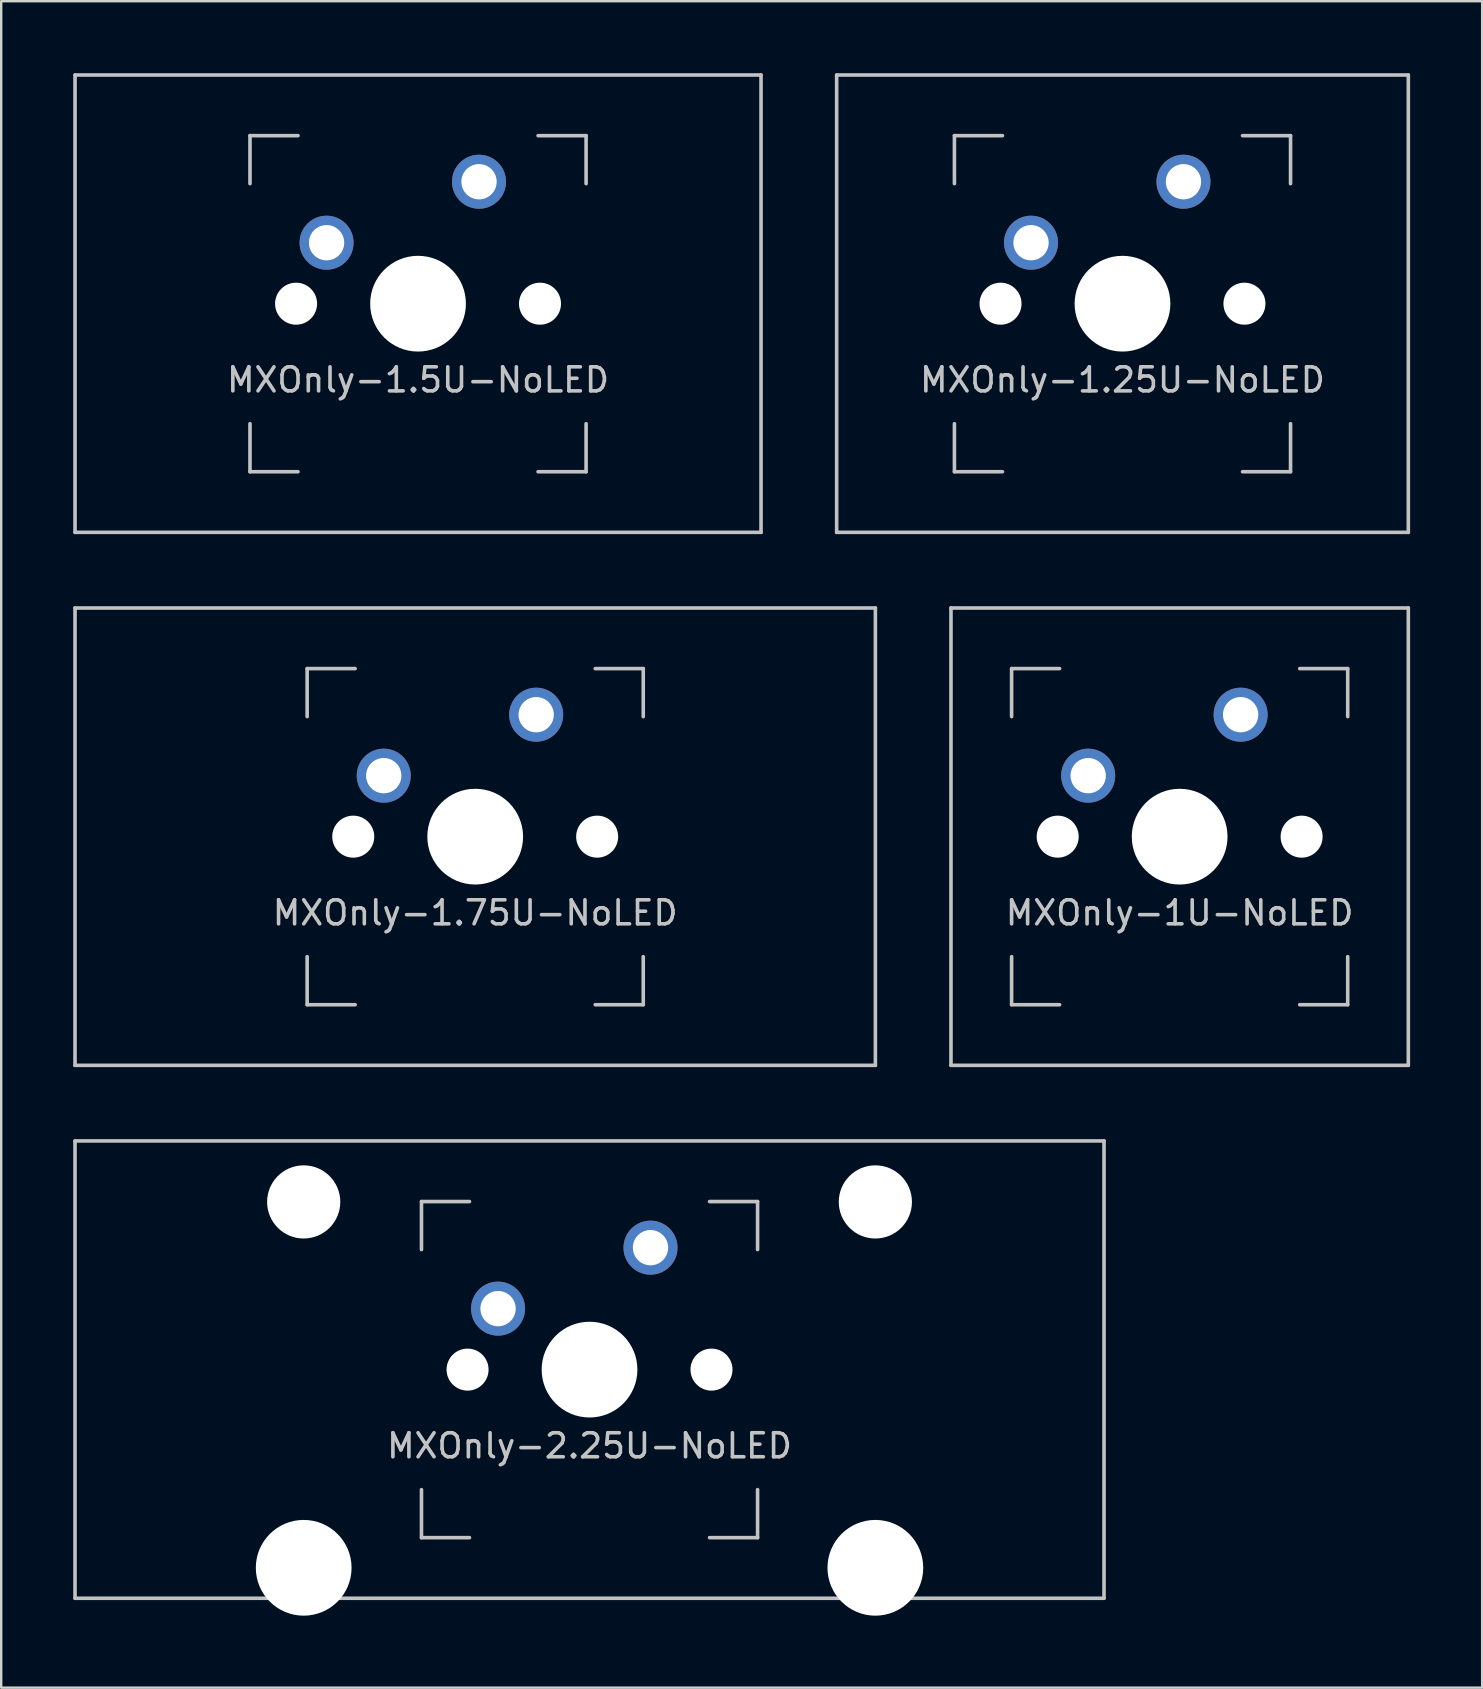
<source format=kicad_pcb>
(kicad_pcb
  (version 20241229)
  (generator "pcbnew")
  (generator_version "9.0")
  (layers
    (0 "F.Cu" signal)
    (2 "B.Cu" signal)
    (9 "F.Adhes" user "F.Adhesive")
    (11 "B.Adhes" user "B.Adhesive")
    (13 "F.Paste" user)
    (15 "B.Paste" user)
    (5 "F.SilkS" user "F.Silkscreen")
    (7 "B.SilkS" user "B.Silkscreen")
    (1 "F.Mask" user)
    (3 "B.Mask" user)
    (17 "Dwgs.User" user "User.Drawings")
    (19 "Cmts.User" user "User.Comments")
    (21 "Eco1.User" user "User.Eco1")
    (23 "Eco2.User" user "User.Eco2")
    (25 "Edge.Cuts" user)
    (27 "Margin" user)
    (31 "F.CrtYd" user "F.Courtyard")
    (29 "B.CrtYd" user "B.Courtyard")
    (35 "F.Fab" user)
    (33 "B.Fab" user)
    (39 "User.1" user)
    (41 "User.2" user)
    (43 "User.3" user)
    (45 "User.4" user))
  (footprint "MXOnly-1.75U-NoLED"
    (layer "F.Cu")
    (at 16.744 31.8)
    (property "Reference" "MXOnly-1.75U-NoLED" (at 0 3.175 0) (layer "Dwgs.User") (effects (font (size 1 1) (thickness 0.15))))
    (attr through_hole)
    (fp_line (start -16.669 -9.525) (end 16.669 -9.525) (stroke (width 0.15) (type solid)) (layer "Dwgs.User"))
    (fp_line (start -16.669 9.525) (end -16.669 -9.525) (stroke (width 0.15) (type solid)) (layer "Dwgs.User"))
    (fp_line (start -16.669 9.525) (end 16.669 9.525) (stroke (width 0.15) (type solid)) (layer "Dwgs.User"))
    (fp_line (start -7 -7) (end -7 -5) (stroke (width 0.15) (type solid)) (layer "Dwgs.User"))
    (fp_line (start -7 5) (end -7 7) (stroke (width 0.15) (type solid)) (layer "Dwgs.User"))
    (fp_line (start -7 7) (end -5 7) (stroke (width 0.15) (type solid)) (layer "Dwgs.User"))
    (fp_line (start -5 -7) (end -7 -7) (stroke (width 0.15) (type solid)) (layer "Dwgs.User"))
    (fp_line (start 5 -7) (end 7 -7) (stroke (width 0.15) (type solid)) (layer "Dwgs.User"))
    (fp_line (start 5 7) (end 7 7) (stroke (width 0.15) (type solid)) (layer "Dwgs.User"))
    (fp_line (start 7 -7) (end 7 -5) (stroke (width 0.15) (type solid)) (layer "Dwgs.User"))
    (fp_line (start 7 7) (end 7 5) (stroke (width 0.15) (type solid)) (layer "Dwgs.User"))
    (fp_line (start 16.669 -9.525) (end 16.669 9.525) (stroke (width 0.15) (type solid)) (layer "Dwgs.User"))
    (pad "" np_thru_hole circle (at -5.08 0 48.1) (size 1.75 1.75) (drill 1.75) (layers "*.Cu" "*.Mask"))
    (pad "" np_thru_hole circle (at 0 0) (size 3.988 3.988) (drill 3.988) (layers "*.Cu" "*.Mask"))
    (pad "" np_thru_hole circle (at 5.08 0 48.1) (size 1.75 1.75) (drill 1.75) (layers "*.Cu" "*.Mask"))
    (pad "1" thru_hole circle (at -3.81 -2.54) (size 2.25 2.25) (drill 1.47) (layers "*.Cu" "B.Mask"))
    (pad "2" thru_hole circle (at 2.54 -5.08) (size 2.25 2.25) (drill 1.47) (layers "*.Cu" "B.Mask")))
  (footprint "MXOnly-1U-NoLED"
    (layer "F.Cu")
    (at 46.087 31.8)
    (property "Reference" "MXOnly-1U-NoLED" (at 0 3.175 0) (layer "Dwgs.User") (effects (font (size 1 1) (thickness 0.15))))
    (attr through_hole)
    (fp_line (start -9.525 -9.525) (end 9.525 -9.525) (stroke (width 0.15) (type solid)) (layer "Dwgs.User"))
    (fp_line (start -9.525 9.525) (end -9.525 -9.525) (stroke (width 0.15) (type solid)) (layer "Dwgs.User"))
    (fp_line (start -7 -7) (end -7 -5) (stroke (width 0.15) (type solid)) (layer "Dwgs.User"))
    (fp_line (start -7 5) (end -7 7) (stroke (width 0.15) (type solid)) (layer "Dwgs.User"))
    (fp_line (start -7 7) (end -5 7) (stroke (width 0.15) (type solid)) (layer "Dwgs.User"))
    (fp_line (start -5 -7) (end -7 -7) (stroke (width 0.15) (type solid)) (layer "Dwgs.User"))
    (fp_line (start 5 -7) (end 7 -7) (stroke (width 0.15) (type solid)) (layer "Dwgs.User"))
    (fp_line (start 5 7) (end 7 7) (stroke (width 0.15) (type solid)) (layer "Dwgs.User"))
    (fp_line (start 7 -7) (end 7 -5) (stroke (width 0.15) (type solid)) (layer "Dwgs.User"))
    (fp_line (start 7 7) (end 7 5) (stroke (width 0.15) (type solid)) (layer "Dwgs.User"))
    (fp_line (start 9.525 -9.525) (end 9.525 9.525) (stroke (width 0.15) (type solid)) (layer "Dwgs.User"))
    (fp_line (start 9.525 9.525) (end -9.525 9.525) (stroke (width 0.15) (type solid)) (layer "Dwgs.User"))
    (pad "" np_thru_hole circle (at -5.08 0 48.1) (size 1.75 1.75) (drill 1.75) (layers "*.Cu" "*.Mask"))
    (pad "" np_thru_hole circle (at 0 0) (size 3.988 3.988) (drill 3.988) (layers "*.Cu" "*.Mask"))
    (pad "" np_thru_hole circle (at 5.08 0 48.1) (size 1.75 1.75) (drill 1.75) (layers "*.Cu" "*.Mask"))
    (pad "1" thru_hole circle (at -3.81 -2.54) (size 2.25 2.25) (drill 1.47) (layers "*.Cu" "B.Mask"))
    (pad "2" thru_hole circle (at 2.54 -5.08) (size 2.25 2.25) (drill 1.47) (layers "*.Cu" "B.Mask")))
  (footprint "MXOnly-1.25U-NoLED"
    (layer "F.Cu")
    (at 43.706 9.6)
    (property "Reference" "MXOnly-1.25U-NoLED" (at 0 3.175 0) (layer "Dwgs.User") (effects (font (size 1 1) (thickness 0.15))))
    (attr through_hole)
    (fp_line (start -11.906 -9.525) (end 11.906 -9.525) (stroke (width 0.15) (type solid)) (layer "Dwgs.User"))
    (fp_line (start -11.906 9.525) (end -11.906 -9.525) (stroke (width 0.15) (type solid)) (layer "Dwgs.User"))
    (fp_line (start -11.906 9.525) (end 11.906 9.525) (stroke (width 0.15) (type solid)) (layer "Dwgs.User"))
    (fp_line (start -7 -7) (end -7 -5) (stroke (width 0.15) (type solid)) (layer "Dwgs.User"))
    (fp_line (start -7 5) (end -7 7) (stroke (width 0.15) (type solid)) (layer "Dwgs.User"))
    (fp_line (start -7 7) (end -5 7) (stroke (width 0.15) (type solid)) (layer "Dwgs.User"))
    (fp_line (start -5 -7) (end -7 -7) (stroke (width 0.15) (type solid)) (layer "Dwgs.User"))
    (fp_line (start 5 -7) (end 7 -7) (stroke (width 0.15) (type solid)) (layer "Dwgs.User"))
    (fp_line (start 5 7) (end 7 7) (stroke (width 0.15) (type solid)) (layer "Dwgs.User"))
    (fp_line (start 7 -7) (end 7 -5) (stroke (width 0.15) (type solid)) (layer "Dwgs.User"))
    (fp_line (start 7 7) (end 7 5) (stroke (width 0.15) (type solid)) (layer "Dwgs.User"))
    (fp_line (start 11.906 -9.525) (end 11.906 9.525) (stroke (width 0.15) (type solid)) (layer "Dwgs.User"))
    (pad "" np_thru_hole circle (at -5.08 0 48.1) (size 1.75 1.75) (drill 1.75) (layers "*.Cu" "*.Mask"))
    (pad "" np_thru_hole circle (at 0 0) (size 3.988 3.988) (drill 3.988) (layers "*.Cu" "*.Mask"))
    (pad "" np_thru_hole circle (at 5.08 0 48.1) (size 1.75 1.75) (drill 1.75) (layers "*.Cu" "*.Mask"))
    (pad "1" thru_hole circle (at -3.81 -2.54) (size 2.25 2.25) (drill 1.47) (layers "*.Cu" "B.Mask"))
    (pad "2" thru_hole circle (at 2.54 -5.08) (size 2.25 2.25) (drill 1.47) (layers "*.Cu" "B.Mask")))
  (footprint "MXOnly-2.25U-NoLED"
    (layer "F.Cu")
    (at 21.506 54)
    (property "Reference" "MXOnly-2.25U-NoLED" (at 0 3.175 0) (layer "Dwgs.User") (effects (font (size 1 1) (thickness 0.15))))
    (attr through_hole)
    (fp_line (start -21.431 -9.525) (end 21.431 -9.525) (stroke (width 0.15) (type solid)) (layer "Dwgs.User"))
    (fp_line (start -21.431 9.525) (end -21.431 -9.525) (stroke (width 0.15) (type solid)) (layer "Dwgs.User"))
    (fp_line (start -21.431 9.525) (end 21.431 9.525) (stroke (width 0.15) (type solid)) (layer "Dwgs.User"))
    (fp_line (start -7 -7) (end -7 -5) (stroke (width 0.15) (type solid)) (layer "Dwgs.User"))
    (fp_line (start -7 5) (end -7 7) (stroke (width 0.15) (type solid)) (layer "Dwgs.User"))
    (fp_line (start -7 7) (end -5 7) (stroke (width 0.15) (type solid)) (layer "Dwgs.User"))
    (fp_line (start -5 -7) (end -7 -7) (stroke (width 0.15) (type solid)) (layer "Dwgs.User"))
    (fp_line (start 5 -7) (end 7 -7) (stroke (width 0.15) (type solid)) (layer "Dwgs.User"))
    (fp_line (start 5 7) (end 7 7) (stroke (width 0.15) (type solid)) (layer "Dwgs.User"))
    (fp_line (start 7 -7) (end 7 -5) (stroke (width 0.15) (type solid)) (layer "Dwgs.User"))
    (fp_line (start 7 7) (end 7 5) (stroke (width 0.15) (type solid)) (layer "Dwgs.User"))
    (fp_line (start 21.431 -9.525) (end 21.431 9.525) (stroke (width 0.15) (type solid)) (layer "Dwgs.User"))
    (pad "" np_thru_hole circle (at -11.906 -6.985) (size 3.048 3.048) (drill 3.048) (layers "*.Cu" "*.Mask"))
    (pad "" np_thru_hole circle (at -11.906 8.255) (size 3.988 3.988) (drill 3.988) (layers "*.Cu" "*.Mask"))
    (pad "" np_thru_hole circle (at -5.08 0 48.1) (size 1.75 1.75) (drill 1.75) (layers "*.Cu" "*.Mask"))
    (pad "" np_thru_hole circle (at 0 0) (size 3.988 3.988) (drill 3.988) (layers "*.Cu" "*.Mask"))
    (pad "" np_thru_hole circle (at 5.08 0 48.1) (size 1.75 1.75) (drill 1.75) (layers "*.Cu" "*.Mask"))
    (pad "" np_thru_hole circle (at 11.906 -6.985) (size 3.048 3.048) (drill 3.048) (layers "*.Cu" "*.Mask"))
    (pad "" np_thru_hole circle (at 11.906 8.255) (size 3.988 3.988) (drill 3.988) (layers "*.Cu" "*.Mask"))
    (pad "1" thru_hole circle (at -3.81 -2.54) (size 2.25 2.25) (drill 1.47) (layers "*.Cu" "B.Mask"))
    (pad "2" thru_hole circle (at 2.54 -5.08) (size 2.25 2.25) (drill 1.47) (layers "*.Cu" "B.Mask")))
  (footprint "MXOnly-1.5U-NoLED"
    (layer "F.Cu")
    (at 14.363 9.6)
    (property "Reference" "MXOnly-1.5U-NoLED" (at 0 3.175 0) (layer "Dwgs.User") (effects (font (size 1 1) (thickness 0.15))))
    (attr through_hole)
    (fp_line (start -14.287 -9.525) (end 14.287 -9.525) (stroke (width 0.15) (type solid)) (layer "Dwgs.User"))
    (fp_line (start -14.287 9.525) (end -14.287 -9.525) (stroke (width 0.15) (type solid)) (layer "Dwgs.User"))
    (fp_line (start -14.287 9.525) (end 14.287 9.525) (stroke (width 0.15) (type solid)) (layer "Dwgs.User"))
    (fp_line (start -7 -7) (end -7 -5) (stroke (width 0.15) (type solid)) (layer "Dwgs.User"))
    (fp_line (start -7 5) (end -7 7) (stroke (width 0.15) (type solid)) (layer "Dwgs.User"))
    (fp_line (start -7 7) (end -5 7) (stroke (width 0.15) (type solid)) (layer "Dwgs.User"))
    (fp_line (start -5 -7) (end -7 -7) (stroke (width 0.15) (type solid)) (layer "Dwgs.User"))
    (fp_line (start 5 -7) (end 7 -7) (stroke (width 0.15) (type solid)) (layer "Dwgs.User"))
    (fp_line (start 5 7) (end 7 7) (stroke (width 0.15) (type solid)) (layer "Dwgs.User"))
    (fp_line (start 7 -7) (end 7 -5) (stroke (width 0.15) (type solid)) (layer "Dwgs.User"))
    (fp_line (start 7 7) (end 7 5) (stroke (width 0.15) (type solid)) (layer "Dwgs.User"))
    (fp_line (start 14.287 -9.525) (end 14.287 9.525) (stroke (width 0.15) (type solid)) (layer "Dwgs.User"))
    (pad "" np_thru_hole circle (at -5.08 0 48.1) (size 1.75 1.75) (drill 1.75) (layers "*.Cu" "*.Mask"))
    (pad "" np_thru_hole circle (at 0 0) (size 3.988 3.988) (drill 3.988) (layers "*.Cu" "*.Mask"))
    (pad "" np_thru_hole circle (at 5.08 0 48.1) (size 1.75 1.75) (drill 1.75) (layers "*.Cu" "*.Mask"))
    (pad "1" thru_hole circle (at -3.81 -2.54) (size 2.25 2.25) (drill 1.47) (layers "*.Cu" "B.Mask"))
    (pad "2" thru_hole circle (at 2.54 -5.08) (size 2.25 2.25) (drill 1.47) (layers "*.Cu" "B.Mask")))
  (gr_rect
    (start -3 -3)
    (end 58.688 67.249)
    (stroke (width 0.1) (type default))
    (fill no)
    (layer "Edge.Cuts")))
</source>
